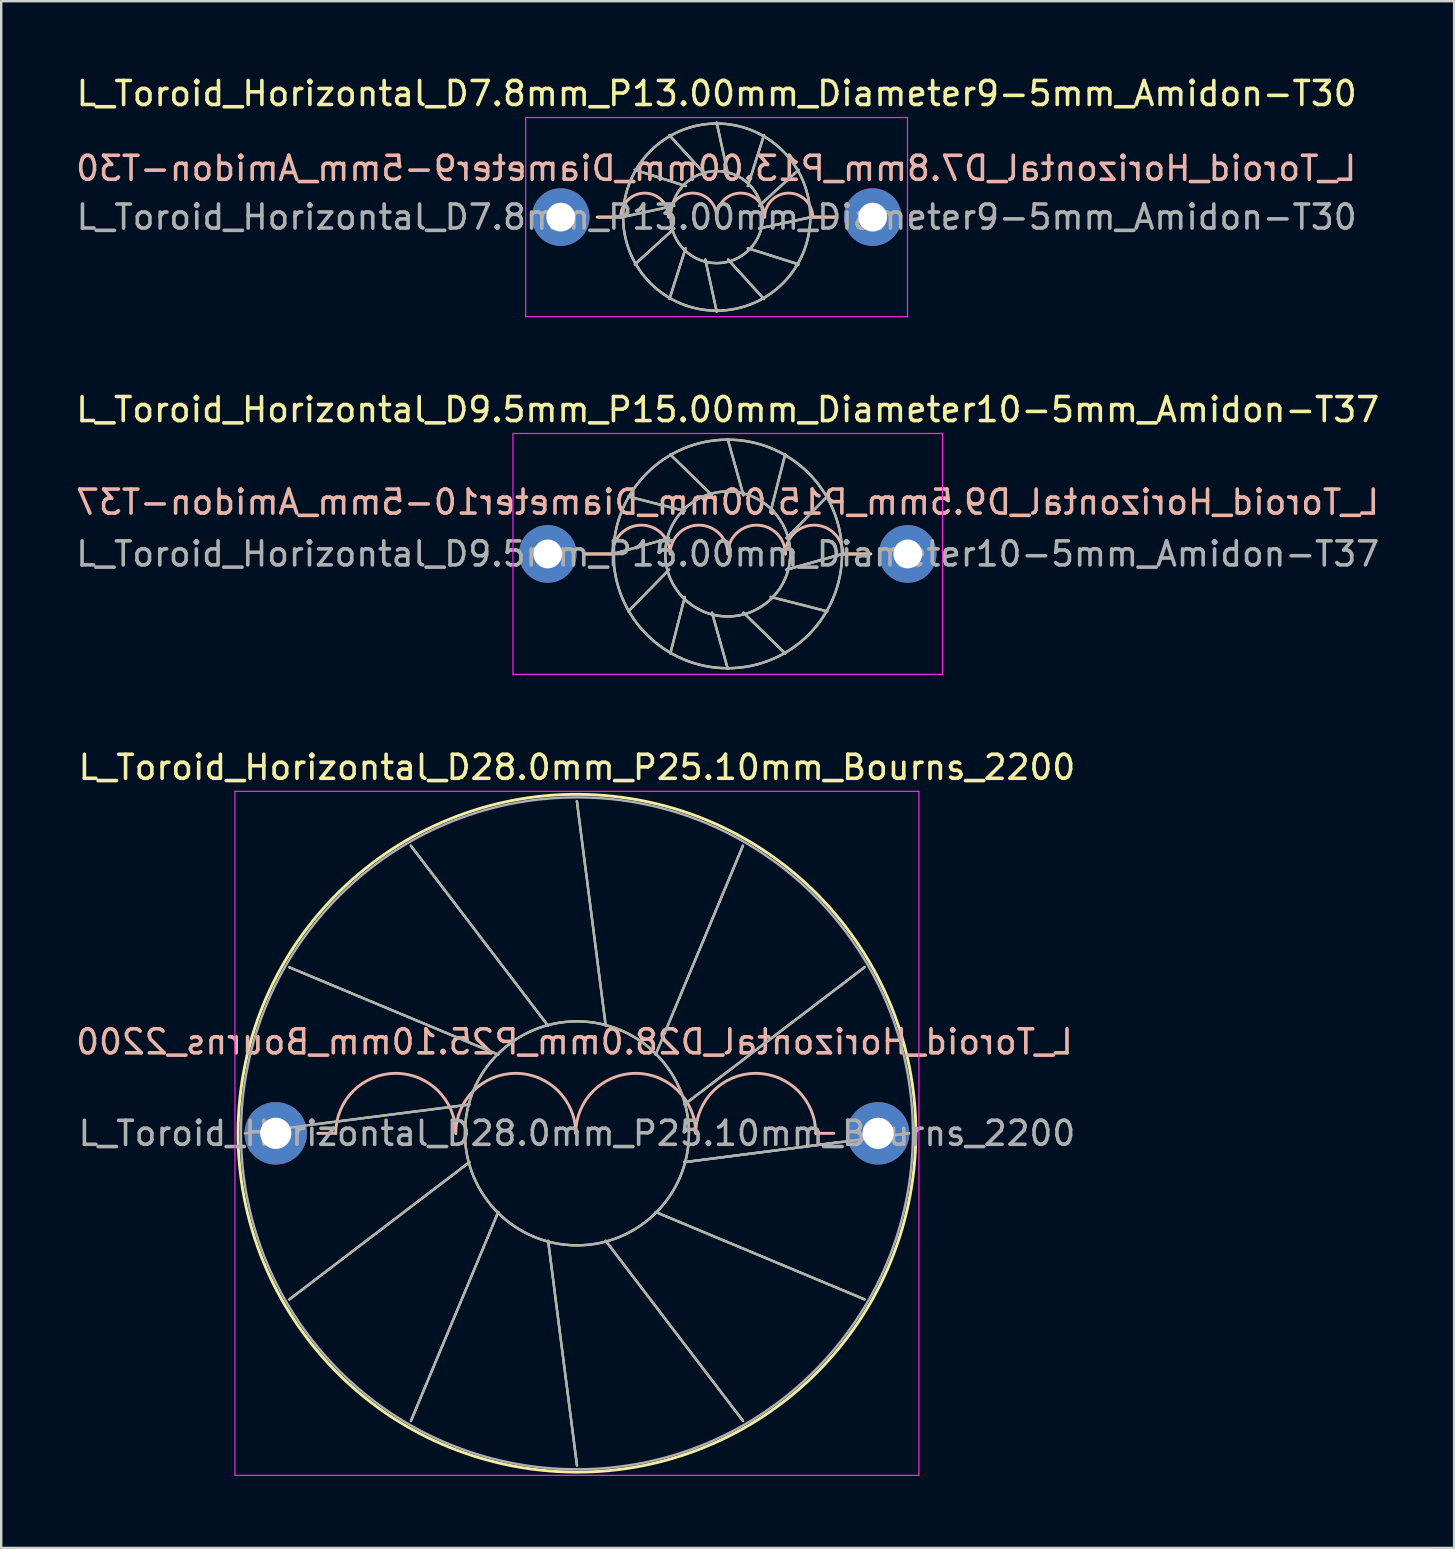
<source format=kicad_pcb>
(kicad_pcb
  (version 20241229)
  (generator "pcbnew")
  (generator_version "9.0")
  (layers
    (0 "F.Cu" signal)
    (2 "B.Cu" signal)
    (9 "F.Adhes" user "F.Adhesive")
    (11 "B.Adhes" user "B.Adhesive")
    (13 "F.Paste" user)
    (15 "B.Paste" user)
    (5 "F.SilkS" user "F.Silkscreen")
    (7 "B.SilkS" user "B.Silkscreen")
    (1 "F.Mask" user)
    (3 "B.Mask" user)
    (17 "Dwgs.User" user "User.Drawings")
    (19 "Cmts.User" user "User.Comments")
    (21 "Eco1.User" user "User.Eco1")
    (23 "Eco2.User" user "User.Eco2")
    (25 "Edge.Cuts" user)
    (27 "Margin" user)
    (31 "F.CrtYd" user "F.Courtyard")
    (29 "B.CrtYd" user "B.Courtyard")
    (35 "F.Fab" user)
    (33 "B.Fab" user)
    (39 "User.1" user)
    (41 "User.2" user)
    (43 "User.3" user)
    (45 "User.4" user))
  (footprint "L_Toroid_Horizontal_D28.0mm_P25.10mm_Bourns_2200"
    (layer "F.Cu")
    (at 8.441 44.176)
    (property "Reference" "L_Toroid_Horizontal_D28.0mm_P25.10mm_Bourns_2200" (at 12.55 -15.25 0) (layer "F.SilkS") (effects (font (size 1 1) (thickness 0.15))))
    (fp_line (start 0.566 -6.918) (end 9.27 -3.279) (stroke (width 0.1) (type solid)) (layer "F.SilkS"))
    (fp_line (start 0.567 6.92) (end 8.071 1.201) (stroke (width 0.1) (type solid)) (layer "F.SilkS"))
    (fp_line (start 1.651 -0.381) (end 8.07 -1.2) (stroke (width 0.1) (type solid)) (layer "F.SilkS"))
    (fp_line (start 5.63 -11.983) (end 11.349 -4.479) (stroke (width 0.1) (type solid)) (layer "F.SilkS"))
    (fp_line (start 5.632 11.984) (end 9.271 3.28) (stroke (width 0.1) (type solid)) (layer "F.SilkS"))
    (fp_line (start 12.548 -13.838) (end 13.75 -4.48) (stroke (width 0.1) (type solid)) (layer "F.SilkS"))
    (fp_line (start 12.551 13.838) (end 11.35 4.48) (stroke (width 0.1) (type solid)) (layer "F.SilkS"))
    (fp_line (start 19.467 -11.985) (end 15.829 -3.28) (stroke (width 0.1) (type solid)) (layer "F.SilkS"))
    (fp_line (start 19.469 11.983) (end 13.75 4.48) (stroke (width 0.1) (type solid)) (layer "F.SilkS"))
    (fp_line (start 23.368 0.381) (end 17.03 1.2) (stroke (width 0.1) (type solid)) (layer "F.SilkS"))
    (fp_line (start 24.533 -6.921) (end 17.029 -1.201) (stroke (width 0.1) (type solid)) (layer "F.SilkS"))
    (fp_line (start 24.534 6.919) (end 15.829 3.279) (stroke (width 0.1) (type solid)) (layer "F.SilkS"))
    (fp_arc (start -1.48356 -1.56) (mid 26.585526 1.542214) (end -1.487469 -1.524425) (stroke (width 0.12) (type solid)) (layer "F.SilkS"))
    (fp_circle (center 12.55 0) (end 17.217 0) (stroke (width 0.1) (type solid)) (fill no) (layer "F.SilkS"))
    (fp_line (start 2.5 0) (end 1.75 0) (stroke (width 0.12) (type solid)) (layer "B.SilkS"))
    (fp_line (start 22.5 0) (end 23.25 0) (stroke (width 0.12) (type solid)) (layer "B.SilkS"))
    (fp_arc (start 2.5 0) (mid 5 -2.5) (end 7.5 0) (stroke (width 0.12) (type solid)) (layer "B.SilkS"))
    (fp_arc (start 7.5 0) (mid 10 -2.5) (end 12.5 0) (stroke (width 0.12) (type solid)) (layer "B.SilkS"))
    (fp_arc (start 12.5 0) (mid 15 -2.5) (end 17.5 0) (stroke (width 0.12) (type solid)) (layer "B.SilkS"))
    (fp_arc (start 17.5 0) (mid 20 -2.5) (end 22.5 0) (stroke (width 0.12) (type solid)) (layer "B.SilkS"))
    (fp_line (start -1.7 -14.25) (end -1.7 14.25) (stroke (width 0.05) (type solid)) (layer "F.CrtYd"))
    (fp_line (start -1.7 14.25) (end 26.8 14.25) (stroke (width 0.05) (type solid)) (layer "F.CrtYd"))
    (fp_line (start 26.8 -14.25) (end -1.7 -14.25) (stroke (width 0.05) (type solid)) (layer "F.CrtYd"))
    (fp_line (start 26.8 14.25) (end 26.8 -14.25) (stroke (width 0.05) (type solid)) (layer "F.CrtYd"))
    (fp_line (start -1.288 0.001) (end 8.07 -1.2) (stroke (width 0.1) (type solid)) (layer "F.Fab"))
    (fp_line (start 0.566 -6.918) (end 9.27 -3.279) (stroke (width 0.1) (type solid)) (layer "F.Fab"))
    (fp_line (start 0.567 6.92) (end 8.071 1.201) (stroke (width 0.1) (type solid)) (layer "F.Fab"))
    (fp_line (start 5.63 -11.983) (end 11.349 -4.479) (stroke (width 0.1) (type solid)) (layer "F.Fab"))
    (fp_line (start 5.632 11.984) (end 9.271 3.28) (stroke (width 0.1) (type solid)) (layer "F.Fab"))
    (fp_line (start 12.548 -13.838) (end 13.75 -4.48) (stroke (width 0.1) (type solid)) (layer "F.Fab"))
    (fp_line (start 12.551 13.838) (end 11.35 4.48) (stroke (width 0.1) (type solid)) (layer "F.Fab"))
    (fp_line (start 19.467 -11.985) (end 15.829 -3.28) (stroke (width 0.1) (type solid)) (layer "F.Fab"))
    (fp_line (start 19.469 11.983) (end 13.75 4.48) (stroke (width 0.1) (type solid)) (layer "F.Fab"))
    (fp_line (start 24.533 -6.921) (end 17.029 -1.201) (stroke (width 0.1) (type solid)) (layer "F.Fab"))
    (fp_line (start 24.534 6.919) (end 15.829 3.279) (stroke (width 0.1) (type solid)) (layer "F.Fab"))
    (fp_line (start 26.388 -0.003) (end 17.03 1.199) (stroke (width 0.1) (type solid)) (layer "F.Fab"))
    (fp_line (start 26.388 0) (end 17.03 1.2) (stroke (width 0.1) (type solid)) (layer "F.Fab"))
    (fp_circle (center 12.55 0) (end 17.217 0) (stroke (width 0.1) (type solid)) (fill no) (layer "F.Fab"))
    (fp_circle (center 12.55 0) (end 26.55 0) (stroke (width 0.1) (type solid)) (fill no) (layer "F.Fab"))
    (fp_text user "${REFERENCE}" (at 12.446 -3.81 0) (layer "B.SilkS") (effects (font (size 1 1) (thickness 0.15)) (justify mirror)))
    (fp_text user "${REFERENCE}" (at 12.55 0 0) (layer "F.Fab") (effects (font (size 1 1) (thickness 0.15))))
    (pad "1" thru_hole circle (at 0 0) (size 2.6 2.6) (drill 1.3) (layers "*.Cu" "*.Mask"))
    (pad "2" thru_hole circle (at 25.1 0) (size 2.6 2.6) (drill 1.3) (layers "*.Cu" "*.Mask")))
  (footprint "L_Toroid_Horizontal_D9.5mm_P15.00mm_Diameter10-5mm_Amidon-T37"
    (layer "F.Cu")
    (at 19.775 20.033)
    (property "Reference" "L_Toroid_Horizontal_D9.5mm_P15.00mm_Diameter10-5mm_Amidon-T37" (at 7.5 -6.013 0) (layer "F.SilkS") (effects (font (size 1 1) (thickness 0.15))))
    (fp_line (start 2.715 0.000443) (end 5.053 -0.655) (stroke (width 0.1) (type solid)) (layer "F.SilkS"))
    (fp_line (start 2.737 0) (end 1.524 0) (stroke (width 0.12) (type solid)) (layer "F.SilkS"))
    (fp_line (start 3.356 -2.392) (end 5.709 -1.791) (stroke (width 0.1) (type solid)) (layer "F.SilkS"))
    (fp_line (start 3.356 2.393) (end 5.053 0.656) (stroke (width 0.1) (type solid)) (layer "F.SilkS"))
    (fp_line (start 5.107 -4.144) (end 6.844 -2.447) (stroke (width 0.1) (type solid)) (layer "F.SilkS"))
    (fp_line (start 5.108 4.144) (end 5.709 1.791) (stroke (width 0.1) (type solid)) (layer "F.SilkS"))
    (fp_line (start 7.499 -4.785) (end 8.155 -2.447) (stroke (width 0.1) (type solid)) (layer "F.SilkS"))
    (fp_line (start 7.5 4.785) (end 6.845 2.447) (stroke (width 0.1) (type solid)) (layer "F.SilkS"))
    (fp_line (start 9.892 -4.144) (end 9.291 -1.792) (stroke (width 0.1) (type solid)) (layer "F.SilkS"))
    (fp_line (start 9.893 4.144) (end 8.156 2.447) (stroke (width 0.1) (type solid)) (layer "F.SilkS"))
    (fp_line (start 11.643 -2.393) (end 9.947 -0.656) (stroke (width 0.1) (type solid)) (layer "F.SilkS"))
    (fp_line (start 11.644 2.392) (end 9.291 1.791) (stroke (width 0.1) (type solid)) (layer "F.SilkS"))
    (fp_line (start 12.262 0) (end 13.462 0) (stroke (width 0.12) (type solid)) (layer "F.SilkS"))
    (fp_line (start 12.285 0) (end 9.947 0.656) (stroke (width 0.1) (type solid)) (layer "F.SilkS"))
    (fp_circle (center 7.5 0) (end 10.104 0) (stroke (width 0.1) (type solid)) (fill no) (layer "F.SilkS"))
    (fp_circle (center 7.5 0) (end 12.262 0) (stroke (width 0.1) (type solid)) (fill no) (layer "F.SilkS"))
    (fp_line (start 1.6 0) (end 2.7 0) (stroke (width 0.12) (type solid)) (layer "B.SilkS"))
    (fp_line (start 13.4 0) (end 12.3 0) (stroke (width 0.12) (type solid)) (layer "B.SilkS"))
    (fp_arc (start 2.7 0) (mid 3.9 -1.2) (end 5.1 0) (stroke (width 0.12) (type solid)) (layer "B.SilkS"))
    (fp_arc (start 5.1 0) (mid 6.3 -1.2) (end 7.5 0) (stroke (width 0.12) (type solid)) (layer "B.SilkS"))
    (fp_arc (start 7.5 0) (mid 8.7 -1.2) (end 9.9 0) (stroke (width 0.12) (type solid)) (layer "B.SilkS"))
    (fp_arc (start 9.9 0) (mid 11.1 -1.2) (end 12.3 0) (stroke (width 0.12) (type solid)) (layer "B.SilkS"))
    (fp_line (start -1.45 -5.02) (end -1.45 5.02) (stroke (width 0.05) (type solid)) (layer "F.CrtYd"))
    (fp_line (start -1.45 5.02) (end 16.45 5.02) (stroke (width 0.05) (type solid)) (layer "F.CrtYd"))
    (fp_line (start 16.45 -5.02) (end -1.45 -5.02) (stroke (width 0.05) (type solid)) (layer "F.CrtYd"))
    (fp_line (start 16.45 5.02) (end 16.45 -5.02) (stroke (width 0.05) (type solid)) (layer "F.CrtYd"))
    (fp_line (start 2.715 0.000443) (end 5.053 -0.655) (stroke (width 0.1) (type solid)) (layer "F.Fab"))
    (fp_line (start 3.356 -2.392) (end 5.709 -1.791) (stroke (width 0.1) (type solid)) (layer "F.Fab"))
    (fp_line (start 3.356 2.393) (end 5.053 0.656) (stroke (width 0.1) (type solid)) (layer "F.Fab"))
    (fp_line (start 5.107 -4.144) (end 6.844 -2.447) (stroke (width 0.1) (type solid)) (layer "F.Fab"))
    (fp_line (start 5.108 4.144) (end 5.709 1.791) (stroke (width 0.1) (type solid)) (layer "F.Fab"))
    (fp_line (start 7.499 -4.785) (end 8.155 -2.447) (stroke (width 0.1) (type solid)) (layer "F.Fab"))
    (fp_line (start 7.5 4.785) (end 6.845 2.447) (stroke (width 0.1) (type solid)) (layer "F.Fab"))
    (fp_line (start 9.892 -4.144) (end 9.291 -1.792) (stroke (width 0.1) (type solid)) (layer "F.Fab"))
    (fp_line (start 9.893 4.144) (end 8.156 2.447) (stroke (width 0.1) (type solid)) (layer "F.Fab"))
    (fp_line (start 11.643 -2.393) (end 9.947 -0.656) (stroke (width 0.1) (type solid)) (layer "F.Fab"))
    (fp_line (start 11.644 2.392) (end 9.291 1.791) (stroke (width 0.1) (type solid)) (layer "F.Fab"))
    (fp_line (start 12.285 -0.001) (end 9.947 0.655) (stroke (width 0.1) (type solid)) (layer "F.Fab"))
    (fp_line (start 12.285 0) (end 9.947 0.656) (stroke (width 0.1) (type solid)) (layer "F.Fab"))
    (fp_circle (center 7.5 0) (end 10.104 0) (stroke (width 0.1) (type solid)) (fill no) (layer "F.Fab"))
    (fp_circle (center 7.5 0) (end 12.262 0) (stroke (width 0.1) (type solid)) (fill no) (layer "F.Fab"))
    (fp_text user "${REFERENCE}" (at 7.493 -2.159 0) (layer "B.SilkS") (effects (font (size 1 1) (thickness 0.15)) (justify mirror)))
    (fp_text user "${REFERENCE}" (at 7.5 0 0) (layer "F.Fab") (effects (font (size 1 1) (thickness 0.15))))
    (pad "1" thru_hole circle (at 0 0) (size 2.4 2.4) (drill 1.2) (layers "*.Cu" "*.Mask"))
    (pad "2" thru_hole circle (at 15 0) (size 2.4 2.4) (drill 1.2) (layers "*.Cu" "*.Mask")))
  (footprint "L_Toroid_Horizontal_D7.8mm_P13.00mm_Diameter9-5mm_Amidon-T30"
    (layer "F.Cu")
    (at 20.315 5.997)
    (property "Reference" "L_Toroid_Horizontal_D7.8mm_P13.00mm_Diameter9-5mm_Amidon-T30" (at 6.5 -5.149 0) (layer "F.SilkS") (effects (font (size 1 1) (thickness 0.15))))
    (fp_line (start 2.561 0.000365) (end 4.729 -0.474) (stroke (width 0.1) (type solid)) (layer "F.SilkS"))
    (fp_line (start 2.601 0) (end 1.524 0) (stroke (width 0.12) (type solid)) (layer "F.SilkS"))
    (fp_line (start 3.089 -1.969) (end 5.203 -1.296) (stroke (width 0.1) (type solid)) (layer "F.SilkS"))
    (fp_line (start 3.089 1.97) (end 4.729 0.475) (stroke (width 0.1) (type solid)) (layer "F.SilkS"))
    (fp_line (start 4.53 -3.411) (end 6.025 -1.771) (stroke (width 0.1) (type solid)) (layer "F.SilkS"))
    (fp_line (start 4.531 3.411) (end 5.204 1.297) (stroke (width 0.1) (type solid)) (layer "F.SilkS"))
    (fp_line (start 6.499 -3.939) (end 6.974 -1.771) (stroke (width 0.1) (type solid)) (layer "F.SilkS"))
    (fp_line (start 6.5 3.939) (end 6.026 1.771) (stroke (width 0.1) (type solid)) (layer "F.SilkS"))
    (fp_line (start 8.469 -3.411) (end 7.796 -1.297) (stroke (width 0.1) (type solid)) (layer "F.SilkS"))
    (fp_line (start 8.469 3.411) (end 6.975 1.771) (stroke (width 0.1) (type solid)) (layer "F.SilkS"))
    (fp_line (start 9.911 -1.97) (end 8.271 -0.475) (stroke (width 0.1) (type solid)) (layer "F.SilkS"))
    (fp_line (start 9.911 1.969) (end 7.797 1.297) (stroke (width 0.1) (type solid)) (layer "F.SilkS"))
    (fp_line (start 10.439 -0.001) (end 8.271 0.474) (stroke (width 0.1) (type solid)) (layer "F.SilkS"))
    (fp_line (start 10.439 -0.001) (end 11.43 0) (stroke (width 0.12) (type solid)) (layer "F.SilkS"))
    (fp_circle (center 6.5 0) (end 8.418 0) (stroke (width 0.1) (type solid)) (fill no) (layer "F.SilkS"))
    (fp_circle (center 6.5 0) (end 10.399 0) (stroke (width 0.1) (type solid)) (fill no) (layer "F.SilkS"))
    (fp_line (start 1.6 0) (end 2.5 0) (stroke (width 0.12) (type solid)) (layer "B.SilkS"))
    (fp_line (start 11.4 0) (end 10.5 0) (stroke (width 0.12) (type solid)) (layer "B.SilkS"))
    (fp_arc (start 2.5 0) (mid 3.5 -1) (end 4.5 0) (stroke (width 0.12) (type solid)) (layer "B.SilkS"))
    (fp_arc (start 4.5 0) (mid 5.5 -1) (end 6.5 0) (stroke (width 0.12) (type solid)) (layer "B.SilkS"))
    (fp_arc (start 6.5 0) (mid 7.5 -1) (end 8.5 0) (stroke (width 0.12) (type solid)) (layer "B.SilkS"))
    (fp_arc (start 8.5 0) (mid 9.5 -1) (end 10.5 0) (stroke (width 0.12) (type solid)) (layer "B.SilkS"))
    (fp_line (start -1.46 -4.15) (end -1.46 4.15) (stroke (width 0.05) (type solid)) (layer "F.CrtYd"))
    (fp_line (start -1.46 4.15) (end 14.45 4.15) (stroke (width 0.05) (type solid)) (layer "F.CrtYd"))
    (fp_line (start 14.45 -4.15) (end -1.46 -4.15) (stroke (width 0.05) (type solid)) (layer "F.CrtYd"))
    (fp_line (start 14.45 4.15) (end 14.45 -4.15) (stroke (width 0.05) (type solid)) (layer "F.CrtYd"))
    (fp_line (start 2.561 0.000365) (end 4.729 -0.474) (stroke (width 0.1) (type solid)) (layer "F.Fab"))
    (fp_line (start 3.089 -1.969) (end 5.203 -1.296) (stroke (width 0.1) (type solid)) (layer "F.Fab"))
    (fp_line (start 3.089 1.97) (end 4.729 0.475) (stroke (width 0.1) (type solid)) (layer "F.Fab"))
    (fp_line (start 4.53 -3.411) (end 6.025 -1.771) (stroke (width 0.1) (type solid)) (layer "F.Fab"))
    (fp_line (start 4.531 3.411) (end 5.204 1.297) (stroke (width 0.1) (type solid)) (layer "F.Fab"))
    (fp_line (start 6.499 -3.939) (end 6.974 -1.771) (stroke (width 0.1) (type solid)) (layer "F.Fab"))
    (fp_line (start 6.5 3.939) (end 6.026 1.771) (stroke (width 0.1) (type solid)) (layer "F.Fab"))
    (fp_line (start 8.469 -3.411) (end 7.796 -1.297) (stroke (width 0.1) (type solid)) (layer "F.Fab"))
    (fp_line (start 8.469 3.411) (end 6.975 1.771) (stroke (width 0.1) (type solid)) (layer "F.Fab"))
    (fp_line (start 9.911 -1.97) (end 8.271 -0.475) (stroke (width 0.1) (type solid)) (layer "F.Fab"))
    (fp_line (start 9.911 1.969) (end 7.797 1.297) (stroke (width 0.1) (type solid)) (layer "F.Fab"))
    (fp_line (start 10.439 -0.001) (end 8.271 0.474) (stroke (width 0.1) (type solid)) (layer "F.Fab"))
    (fp_line (start 10.439 0) (end 8.271 0.475) (stroke (width 0.1) (type solid)) (layer "F.Fab"))
    (fp_circle (center 6.5 0) (end 8.418 0) (stroke (width 0.1) (type solid)) (fill no) (layer "F.Fab"))
    (fp_circle (center 6.5 0) (end 10.399 0) (stroke (width 0.1) (type solid)) (fill no) (layer "F.Fab"))
    (fp_text user "${REFERENCE}" (at 6.477 -2.032 0) (layer "B.SilkS") (effects (font (size 1 1) (thickness 0.15)) (justify mirror)))
    (fp_text user "${REFERENCE}" (at 6.5 0 0) (layer "F.Fab") (effects (font (size 1 1) (thickness 0.15))))
    (pad "1" thru_hole circle (at 0 0) (size 2.4 2.4) (drill 1.2) (layers "*.Cu" "*.Mask"))
    (pad "2" thru_hole circle (at 13 0) (size 2.4 2.4) (drill 1.2) (layers "*.Cu" "*.Mask")))
  (gr_rect
    (start -3 -3)
    (end 57.543 61.451)
    (stroke (width 0.1) (type default))
    (fill no)
    (layer "Edge.Cuts")))
</source>
